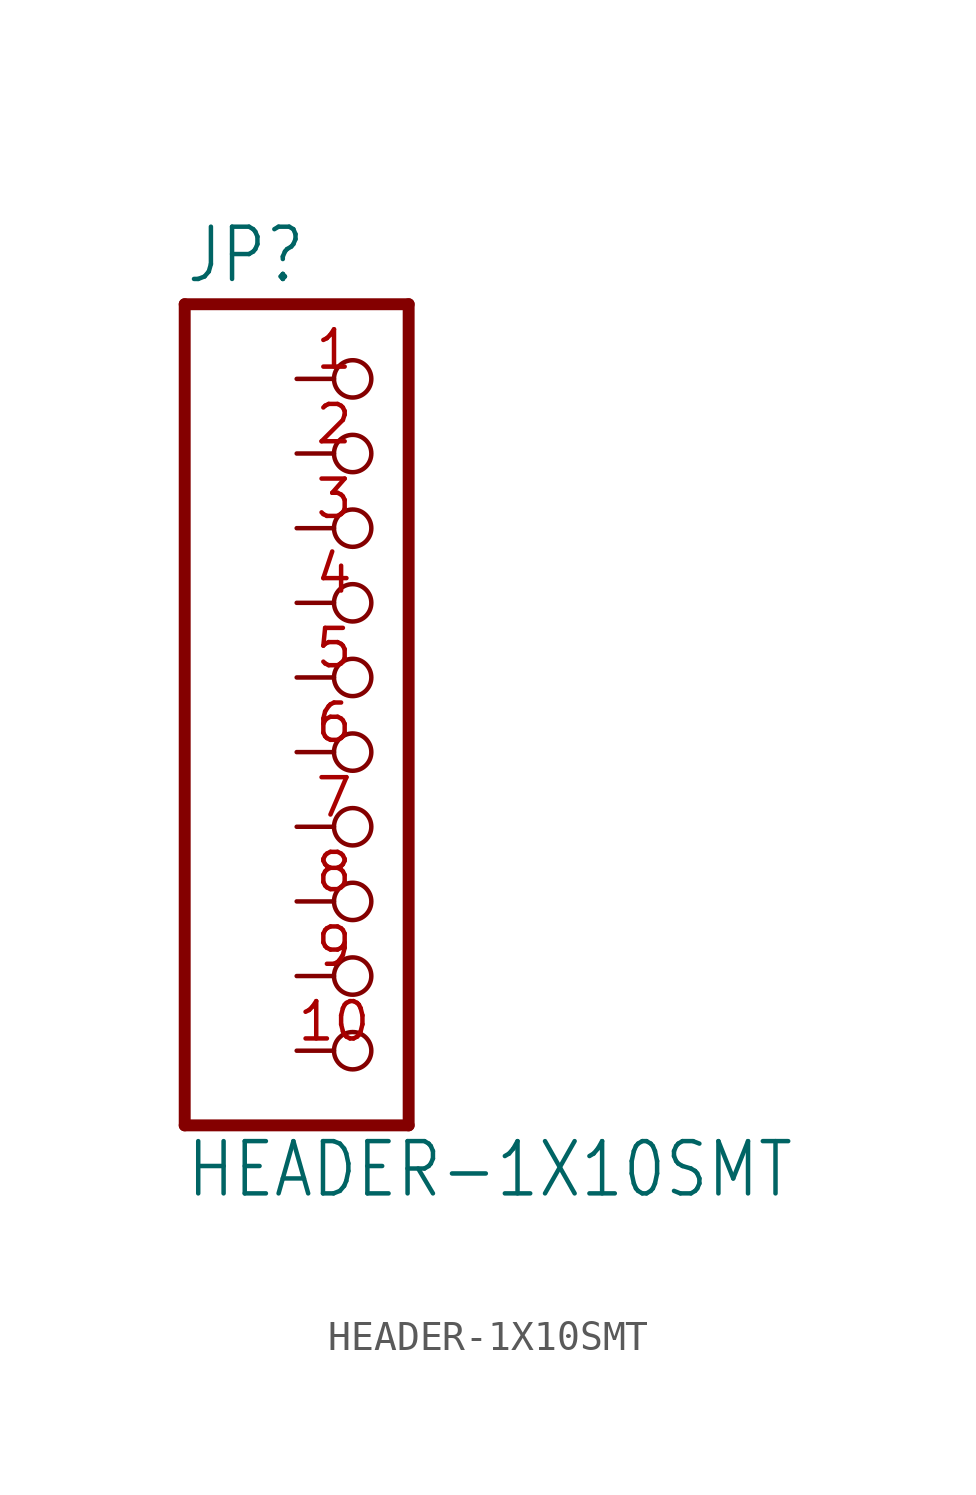
<source format=kicad_sym>
(kicad_symbol_lib
  (version 20220331)
  (generator kicad_symbol_editor)
  (symbol "HEADER-1X10SMT"
    (property "Reference" "JP"
      (at -6.35 13.335 0)
      (effects (font (size 1.778 1.511)) (justify left bottom)))
    (property "Value" "HEADER-1X10SMT"
      (at -6.35 -17.78 0)
      (effects (font (size 1.778 1.511)) (justify left bottom)))
    (property "ki_locked" ""
      (at 0 0 0)
      (effects (font (size 1.27 1.27))))
    (symbol "HEADER-1X10SMT_1_0"
      (polyline (pts (xy -6.35 -15.24) (xy 1.27 -15.24)) (stroke (width 0.406) (type solid)) (fill (type none)))
      (polyline (pts (xy -6.35 12.7) (xy -6.35 -15.24)) (stroke (width 0.406) (type solid)) (fill (type none)))
      (polyline (pts (xy 1.27 -15.24) (xy 1.27 12.7)) (stroke (width 0.406) (type solid)) (fill (type none)))
      (polyline (pts (xy 1.27 12.7) (xy -6.35 12.7)) (stroke (width 0.406) (type solid)) (fill (type none)))
      (pin passive inverted (at -2.54 10.16 0) (length 2.54) (name "1" (effects (font (size 0 0)))) (number "1" (effects (font (size 1.27 1.27)))))
      (pin passive inverted (at -2.54 -12.7 0) (length 2.54) (name "10" (effects (font (size 0 0)))) (number "10" (effects (font (size 1.27 1.27)))))
      (pin passive inverted (at -2.54 7.62 0) (length 2.54) (name "2" (effects (font (size 0 0)))) (number "2" (effects (font (size 1.27 1.27)))))
      (pin passive inverted (at -2.54 5.08 0) (length 2.54) (name "3" (effects (font (size 0 0)))) (number "3" (effects (font (size 1.27 1.27)))))
      (pin passive inverted (at -2.54 2.54 0) (length 2.54) (name "4" (effects (font (size 0 0)))) (number "4" (effects (font (size 1.27 1.27)))))
      (pin passive inverted (at -2.54 0 0) (length 2.54) (name "5" (effects (font (size 0 0)))) (number "5" (effects (font (size 1.27 1.27)))))
      (pin passive inverted (at -2.54 -2.54 0) (length 2.54) (name "6" (effects (font (size 0 0)))) (number "6" (effects (font (size 1.27 1.27)))))
      (pin passive inverted (at -2.54 -5.08 0) (length 2.54) (name "7" (effects (font (size 0 0)))) (number "7" (effects (font (size 1.27 1.27)))))
      (pin passive inverted (at -2.54 -7.62 0) (length 2.54) (name "8" (effects (font (size 0 0)))) (number "8" (effects (font (size 1.27 1.27)))))
      (pin passive inverted (at -2.54 -10.16 0) (length 2.54) (name "9" (effects (font (size 0 0)))) (number "9" (effects (font (size 1.27 1.27))))))))
</source>
